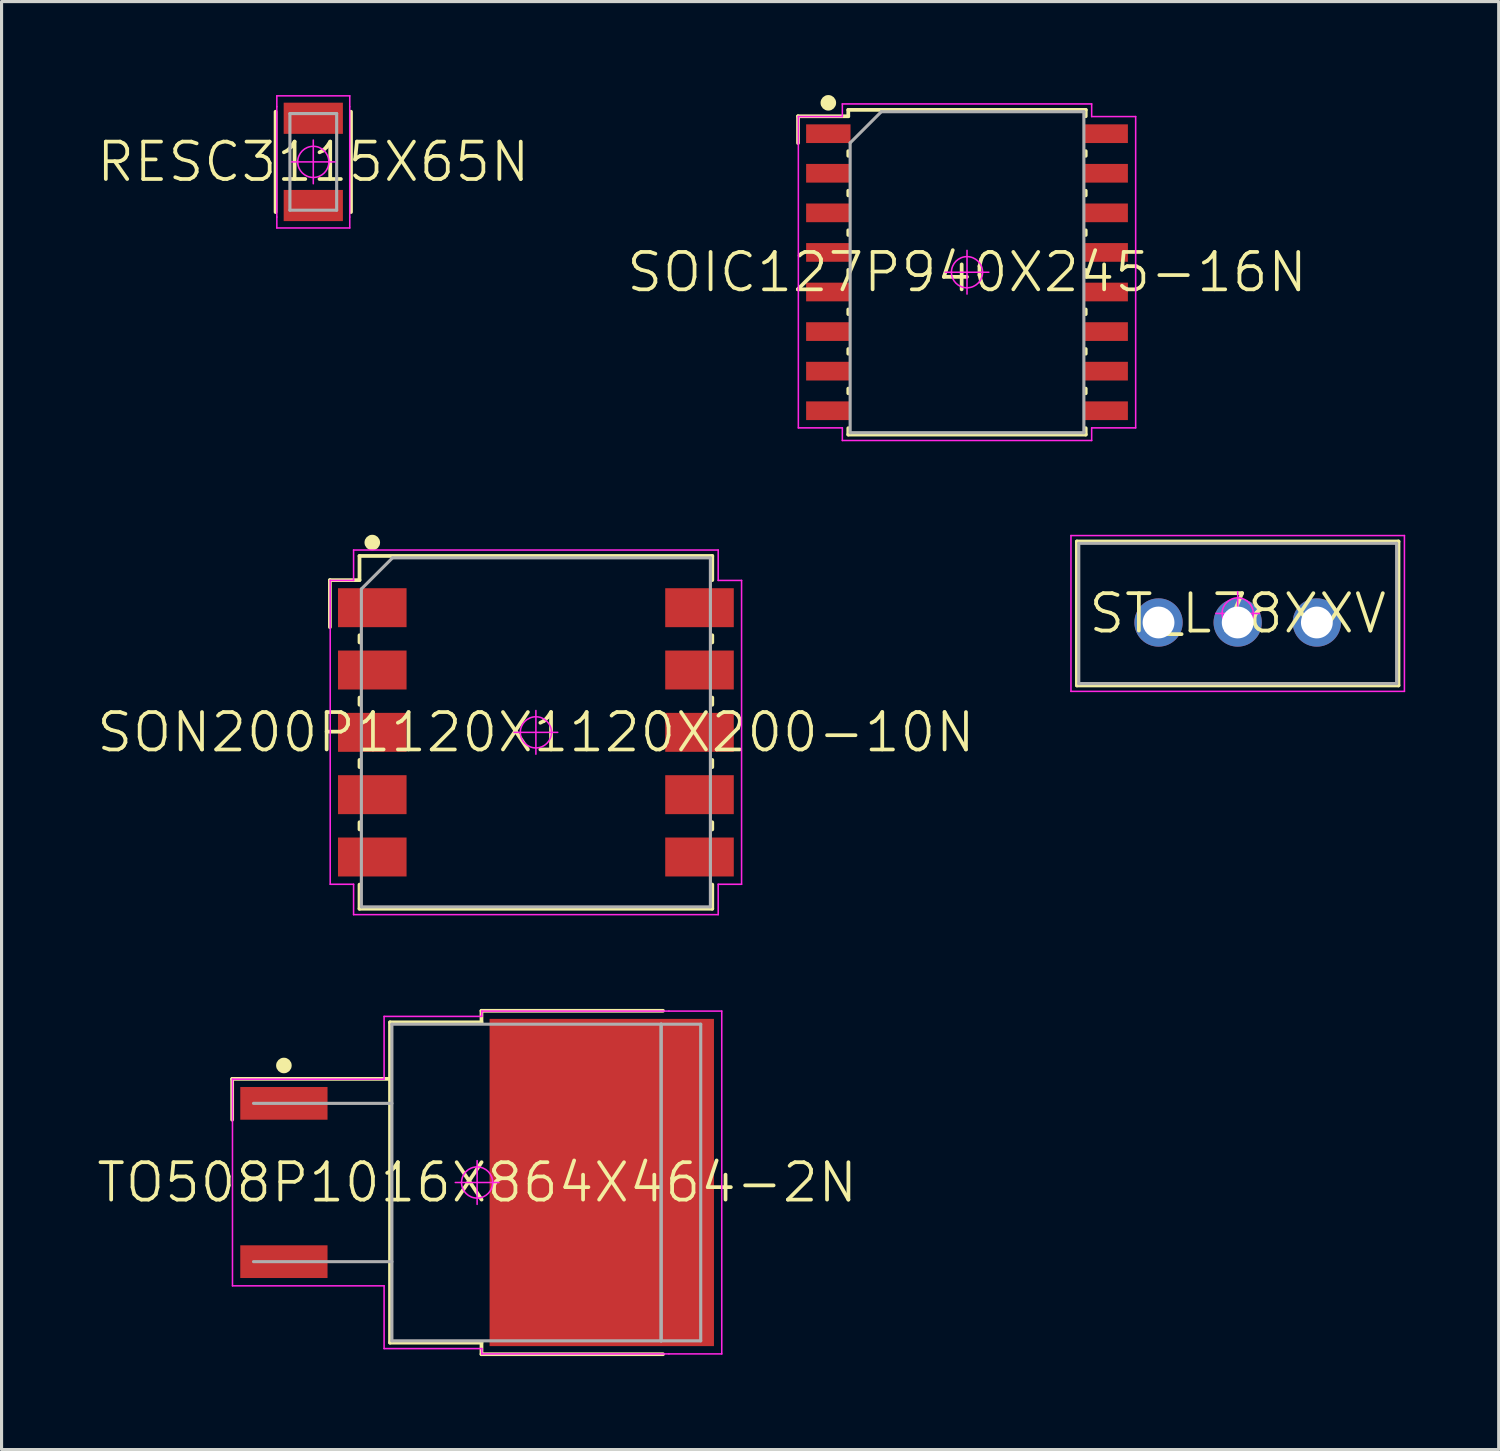
<source format=kicad_pcb>
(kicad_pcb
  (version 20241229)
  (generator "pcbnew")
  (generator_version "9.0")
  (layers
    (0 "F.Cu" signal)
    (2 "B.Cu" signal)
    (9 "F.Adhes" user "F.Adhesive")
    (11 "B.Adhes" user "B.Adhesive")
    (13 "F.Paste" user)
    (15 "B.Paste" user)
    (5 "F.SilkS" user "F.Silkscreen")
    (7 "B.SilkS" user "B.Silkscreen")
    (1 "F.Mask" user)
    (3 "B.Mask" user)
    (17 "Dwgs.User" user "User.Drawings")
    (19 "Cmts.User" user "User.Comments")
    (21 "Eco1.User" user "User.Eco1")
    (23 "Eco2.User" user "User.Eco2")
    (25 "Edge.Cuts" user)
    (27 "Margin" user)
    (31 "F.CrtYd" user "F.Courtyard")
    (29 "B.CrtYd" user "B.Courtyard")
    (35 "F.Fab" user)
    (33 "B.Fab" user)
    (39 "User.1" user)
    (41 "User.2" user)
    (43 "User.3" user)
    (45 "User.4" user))
  (footprint "SOIC127P940X245-16N"
    (layer "F.Cu")
    (at 27.98 5.685)
    (property "Reference" "SOIC127P940X245-16N" (at 0 0 0) (layer "F.SilkS") (effects (font (size 1.2 1.2) (thickness 0.12))))
    (attr smd)
    (fp_line (start -5.422 -5.005) (end -5.422 -4.145) (stroke (width 0.12) (type solid)) (layer "F.SilkS"))
    (fp_line (start -3.81 -5.21) (end -3.81 -5.005) (stroke (width 0.12) (type solid)) (layer "F.SilkS"))
    (fp_line (start -3.81 -5.21) (end 3.81 -5.21) (stroke (width 0.12) (type solid)) (layer "F.SilkS"))
    (fp_line (start -3.81 -5.005) (end -5.422 -5.005) (stroke (width 0.12) (type solid)) (layer "F.SilkS"))
    (fp_line (start -3.81 -3.885) (end -3.81 -3.735) (stroke (width 0.12) (type solid)) (layer "F.SilkS"))
    (fp_line (start -3.81 -2.615) (end -3.81 -2.465) (stroke (width 0.12) (type solid)) (layer "F.SilkS"))
    (fp_line (start -3.81 -1.345) (end -3.81 -1.195) (stroke (width 0.12) (type solid)) (layer "F.SilkS"))
    (fp_line (start -3.81 -0.075) (end -3.81 0.075) (stroke (width 0.12) (type solid)) (layer "F.SilkS"))
    (fp_line (start -3.81 1.195) (end -3.81 1.345) (stroke (width 0.12) (type solid)) (layer "F.SilkS"))
    (fp_line (start -3.81 2.465) (end -3.81 2.615) (stroke (width 0.12) (type solid)) (layer "F.SilkS"))
    (fp_line (start -3.81 3.735) (end -3.81 3.885) (stroke (width 0.12) (type solid)) (layer "F.SilkS"))
    (fp_line (start -3.81 5.005) (end -3.81 5.21) (stroke (width 0.12) (type solid)) (layer "F.SilkS"))
    (fp_line (start 3.81 -5.21) (end 3.81 -5.005) (stroke (width 0.12) (type solid)) (layer "F.SilkS"))
    (fp_line (start 3.81 -3.885) (end 3.81 -3.735) (stroke (width 0.12) (type solid)) (layer "F.SilkS"))
    (fp_line (start 3.81 -2.615) (end 3.81 -2.465) (stroke (width 0.12) (type solid)) (layer "F.SilkS"))
    (fp_line (start 3.81 -1.345) (end 3.81 -1.195) (stroke (width 0.12) (type solid)) (layer "F.SilkS"))
    (fp_line (start 3.81 -0.075) (end 3.81 0.075) (stroke (width 0.12) (type solid)) (layer "F.SilkS"))
    (fp_line (start 3.81 1.195) (end 3.81 1.345) (stroke (width 0.12) (type solid)) (layer "F.SilkS"))
    (fp_line (start 3.81 2.465) (end 3.81 2.615) (stroke (width 0.12) (type solid)) (layer "F.SilkS"))
    (fp_line (start 3.81 3.735) (end 3.81 3.885) (stroke (width 0.12) (type solid)) (layer "F.SilkS"))
    (fp_line (start 3.81 5.005) (end 3.81 5.21) (stroke (width 0.12) (type solid)) (layer "F.SilkS"))
    (fp_line (start 3.81 5.21) (end -3.81 5.21) (stroke (width 0.12) (type solid)) (layer "F.SilkS"))
    (fp_circle (center -4.45 -5.435) (end -4.45 -5.31) (stroke (width 0.25) (type solid)) (fill no) (layer "F.SilkS"))
    (fp_line (start -5.412 -4.995) (end -4 -4.995) (stroke (width 0.05) (type solid)) (layer "F.CrtYd"))
    (fp_line (start -5.412 4.995) (end -5.412 -4.995) (stroke (width 0.05) (type solid)) (layer "F.CrtYd"))
    (fp_line (start -4 -5.4) (end 4 -5.4) (stroke (width 0.05) (type solid)) (layer "F.CrtYd"))
    (fp_line (start -4 -4.995) (end -4 -5.4) (stroke (width 0.05) (type solid)) (layer "F.CrtYd"))
    (fp_line (start -4 4.995) (end -5.412 4.995) (stroke (width 0.05) (type solid)) (layer "F.CrtYd"))
    (fp_line (start -4 5.4) (end -4 4.995) (stroke (width 0.05) (type solid)) (layer "F.CrtYd"))
    (fp_line (start -0.7 0) (end 0.7 0) (stroke (width 0.05) (type solid)) (layer "F.CrtYd"))
    (fp_line (start 0 -0.7) (end 0 0.7) (stroke (width 0.05) (type solid)) (layer "F.CrtYd"))
    (fp_line (start 4 -5.4) (end 4 -4.995) (stroke (width 0.05) (type solid)) (layer "F.CrtYd"))
    (fp_line (start 4 -4.995) (end 5.412 -4.995) (stroke (width 0.05) (type solid)) (layer "F.CrtYd"))
    (fp_line (start 4 4.995) (end 4 5.4) (stroke (width 0.05) (type solid)) (layer "F.CrtYd"))
    (fp_line (start 4 5.4) (end -4 5.4) (stroke (width 0.05) (type solid)) (layer "F.CrtYd"))
    (fp_line (start 5.412 -4.995) (end 5.412 4.995) (stroke (width 0.05) (type solid)) (layer "F.CrtYd"))
    (fp_line (start 5.412 4.995) (end 4 4.995) (stroke (width 0.05) (type solid)) (layer "F.CrtYd"))
    (fp_circle (center 0 0) (end 0 0.5) (stroke (width 0.05) (type solid)) (fill no) (layer "F.CrtYd"))
    (fp_line (start -3.75 -4.15) (end -2.75 -5.15) (stroke (width 0.1) (type solid)) (layer "F.Fab"))
    (fp_line (start -3.75 5.15) (end -3.75 -4.15) (stroke (width 0.1) (type solid)) (layer "F.Fab"))
    (fp_line (start -2.75 -5.15) (end 3.75 -5.15) (stroke (width 0.1) (type solid)) (layer "F.Fab"))
    (fp_line (start 3.75 -5.15) (end 3.75 5.15) (stroke (width 0.1) (type solid)) (layer "F.Fab"))
    (fp_line (start 3.75 5.15) (end -3.75 5.15) (stroke (width 0.1) (type solid)) (layer "F.Fab"))
    (pad "1" smd rect (at -4.45 -4.445) (size 1.425 0.6) (layers "F.Cu" "F.Mask" "F.Paste"))
    (pad "2" smd rect (at -4.45 -3.175) (size 1.425 0.6) (layers "F.Cu" "F.Mask" "F.Paste"))
    (pad "3" smd rect (at -4.45 -1.905) (size 1.425 0.6) (layers "F.Cu" "F.Mask" "F.Paste"))
    (pad "4" smd rect (at -4.45 -0.635) (size 1.425 0.6) (layers "F.Cu" "F.Mask" "F.Paste"))
    (pad "5" smd rect (at -4.45 0.635) (size 1.425 0.6) (layers "F.Cu" "F.Mask" "F.Paste"))
    (pad "6" smd rect (at -4.45 1.905) (size 1.425 0.6) (layers "F.Cu" "F.Mask" "F.Paste"))
    (pad "7" smd rect (at -4.45 3.175) (size 1.425 0.6) (layers "F.Cu" "F.Mask" "F.Paste"))
    (pad "8" smd rect (at -4.45 4.445) (size 1.425 0.6) (layers "F.Cu" "F.Mask" "F.Paste"))
    (pad "9" smd rect (at 4.45 4.445) (size 1.425 0.6) (layers "F.Cu" "F.Mask" "F.Paste"))
    (pad "10" smd rect (at 4.45 3.175) (size 1.425 0.6) (layers "F.Cu" "F.Mask" "F.Paste"))
    (pad "11" smd rect (at 4.45 1.905) (size 1.425 0.6) (layers "F.Cu" "F.Mask" "F.Paste"))
    (pad "12" smd rect (at 4.45 0.635) (size 1.425 0.6) (layers "F.Cu" "F.Mask" "F.Paste"))
    (pad "13" smd rect (at 4.45 -0.635) (size 1.425 0.6) (layers "F.Cu" "F.Mask" "F.Paste"))
    (pad "14" smd rect (at 4.45 -1.905) (size 1.425 0.6) (layers "F.Cu" "F.Mask" "F.Paste"))
    (pad "15" smd rect (at 4.45 -3.175) (size 1.425 0.6) (layers "F.Cu" "F.Mask" "F.Paste"))
    (pad "16" smd rect (at 4.45 -4.445) (size 1.425 0.6) (layers "F.Cu" "F.Mask" "F.Paste")))
  (footprint "SON200P1120X1120X200-10N"
    (layer "F.Cu")
    (at 14.146 20.45)
    (property "Reference" "SON200P1120X1120X200-10N" (at 0 0 0) (layer "F.SilkS") (effects (font (size 1.2 1.2) (thickness 0.12))))
    (attr smd)
    (fp_line (start -6.61 -4.885) (end -6.61 -3.375) (stroke (width 0.12) (type solid)) (layer "F.SilkS"))
    (fp_line (start -5.66 -5.66) (end -5.66 -4.885) (stroke (width 0.12) (type solid)) (layer "F.SilkS"))
    (fp_line (start -5.66 -5.66) (end 5.66 -5.66) (stroke (width 0.12) (type solid)) (layer "F.SilkS"))
    (fp_line (start -5.66 -4.885) (end -6.61 -4.885) (stroke (width 0.12) (type solid)) (layer "F.SilkS"))
    (fp_line (start -5.66 -3.115) (end -5.66 -2.885) (stroke (width 0.12) (type solid)) (layer "F.SilkS"))
    (fp_line (start -5.66 -1.115) (end -5.66 -0.885) (stroke (width 0.12) (type solid)) (layer "F.SilkS"))
    (fp_line (start -5.66 0.885) (end -5.66 1.115) (stroke (width 0.12) (type solid)) (layer "F.SilkS"))
    (fp_line (start -5.66 2.885) (end -5.66 3.115) (stroke (width 0.12) (type solid)) (layer "F.SilkS"))
    (fp_line (start -5.66 4.885) (end -5.66 5.66) (stroke (width 0.12) (type solid)) (layer "F.SilkS"))
    (fp_line (start 5.66 -5.66) (end 5.66 -4.885) (stroke (width 0.12) (type solid)) (layer "F.SilkS"))
    (fp_line (start 5.66 -3.115) (end 5.66 -2.885) (stroke (width 0.12) (type solid)) (layer "F.SilkS"))
    (fp_line (start 5.66 -1.115) (end 5.66 -0.885) (stroke (width 0.12) (type solid)) (layer "F.SilkS"))
    (fp_line (start 5.66 0.885) (end 5.66 1.115) (stroke (width 0.12) (type solid)) (layer "F.SilkS"))
    (fp_line (start 5.66 2.885) (end 5.66 3.115) (stroke (width 0.12) (type solid)) (layer "F.SilkS"))
    (fp_line (start 5.66 4.885) (end 5.66 5.66) (stroke (width 0.12) (type solid)) (layer "F.SilkS"))
    (fp_line (start 5.66 5.66) (end -5.66 5.66) (stroke (width 0.12) (type solid)) (layer "F.SilkS"))
    (fp_circle (center -5.25 -6.09) (end -5.25 -5.965) (stroke (width 0.25) (type solid)) (fill no) (layer "F.SilkS"))
    (fp_line (start -6.6 -4.875) (end -5.85 -4.875) (stroke (width 0.05) (type solid)) (layer "F.CrtYd"))
    (fp_line (start -6.6 4.875) (end -6.6 -4.875) (stroke (width 0.05) (type solid)) (layer "F.CrtYd"))
    (fp_line (start -5.85 -5.85) (end 5.85 -5.85) (stroke (width 0.05) (type solid)) (layer "F.CrtYd"))
    (fp_line (start -5.85 -4.875) (end -5.85 -5.85) (stroke (width 0.05) (type solid)) (layer "F.CrtYd"))
    (fp_line (start -5.85 4.875) (end -6.6 4.875) (stroke (width 0.05) (type solid)) (layer "F.CrtYd"))
    (fp_line (start -5.85 5.85) (end -5.85 4.875) (stroke (width 0.05) (type solid)) (layer "F.CrtYd"))
    (fp_line (start -0.7 0) (end 0.7 0) (stroke (width 0.05) (type solid)) (layer "F.CrtYd"))
    (fp_line (start 0 -0.7) (end 0 0.7) (stroke (width 0.05) (type solid)) (layer "F.CrtYd"))
    (fp_line (start 5.85 -5.85) (end 5.85 -4.875) (stroke (width 0.05) (type solid)) (layer "F.CrtYd"))
    (fp_line (start 5.85 -4.875) (end 6.6 -4.875) (stroke (width 0.05) (type solid)) (layer "F.CrtYd"))
    (fp_line (start 5.85 4.875) (end 5.85 5.85) (stroke (width 0.05) (type solid)) (layer "F.CrtYd"))
    (fp_line (start 5.85 5.85) (end -5.85 5.85) (stroke (width 0.05) (type solid)) (layer "F.CrtYd"))
    (fp_line (start 6.6 -4.875) (end 6.6 4.875) (stroke (width 0.05) (type solid)) (layer "F.CrtYd"))
    (fp_line (start 6.6 4.875) (end 5.85 4.875) (stroke (width 0.05) (type solid)) (layer "F.CrtYd"))
    (fp_circle (center 0 0) (end 0 0.5) (stroke (width 0.05) (type solid)) (fill no) (layer "F.CrtYd"))
    (fp_line (start -5.6 -4.6) (end -4.6 -5.6) (stroke (width 0.1) (type solid)) (layer "F.Fab"))
    (fp_line (start -5.6 5.6) (end -5.6 -4.6) (stroke (width 0.1) (type solid)) (layer "F.Fab"))
    (fp_line (start -4.6 -5.6) (end 5.6 -5.6) (stroke (width 0.1) (type solid)) (layer "F.Fab"))
    (fp_line (start 5.6 -5.6) (end 5.6 5.6) (stroke (width 0.1) (type solid)) (layer "F.Fab"))
    (fp_line (start 5.6 5.6) (end -5.6 5.6) (stroke (width 0.1) (type solid)) (layer "F.Fab"))
    (pad "1" smd rect (at -5.25 -4) (size 2.2 1.25) (layers "F.Cu" "F.Mask" "F.Paste"))
    (pad "2" smd rect (at -5.25 -2) (size 2.2 1.25) (layers "F.Cu" "F.Mask" "F.Paste"))
    (pad "3" smd rect (at -5.25 0) (size 2.2 1.25) (layers "F.Cu" "F.Mask" "F.Paste"))
    (pad "4" smd rect (at -5.25 2) (size 2.2 1.25) (layers "F.Cu" "F.Mask" "F.Paste"))
    (pad "5" smd rect (at -5.25 4) (size 2.2 1.25) (layers "F.Cu" "F.Mask" "F.Paste"))
    (pad "6" smd rect (at 5.25 4) (size 2.2 1.25) (layers "F.Cu" "F.Mask" "F.Paste"))
    (pad "7" smd rect (at 5.25 2) (size 2.2 1.25) (layers "F.Cu" "F.Mask" "F.Paste"))
    (pad "8" smd rect (at 5.25 0) (size 2.2 1.25) (layers "F.Cu" "F.Mask" "F.Paste"))
    (pad "9" smd rect (at 5.25 -2) (size 2.2 1.25) (layers "F.Cu" "F.Mask" "F.Paste"))
    (pad "10" smd rect (at 5.25 -4) (size 2.2 1.25) (layers "F.Cu" "F.Mask" "F.Paste")))
  (footprint "RESC3115X65N"
    (layer "F.Cu")
    (at 7.003 2.145)
    (property "Reference" "RESC3115X65N" (at 0 0 0) (layer "F.SilkS") (effects (font (size 1.2 1.2) (thickness 0.12))))
    (attr smd)
    (fp_line (start -1.21 -1.61) (end -1.21 1.61) (stroke (width 0.12) (type solid)) (layer "F.SilkS"))
    (fp_line (start 1.21 -1.61) (end 1.21 1.61) (stroke (width 0.12) (type solid)) (layer "F.SilkS"))
    (fp_line (start -1.17 -2.12) (end -1.17 -1.77) (stroke (width 0.05) (type solid)) (layer "F.CrtYd"))
    (fp_line (start -1.17 -1.77) (end -1.17 1.77) (stroke (width 0.05) (type solid)) (layer "F.CrtYd"))
    (fp_line (start -1.17 1.77) (end -1.17 2.12) (stroke (width 0.05) (type solid)) (layer "F.CrtYd"))
    (fp_line (start -1.17 2.12) (end 1.17 2.12) (stroke (width 0.05) (type solid)) (layer "F.CrtYd"))
    (fp_line (start -0.7 0) (end 0.7 0) (stroke (width 0.05) (type solid)) (layer "F.CrtYd"))
    (fp_line (start 0 -0.7) (end 0 0.7) (stroke (width 0.05) (type solid)) (layer "F.CrtYd"))
    (fp_line (start 1.17 -2.12) (end -1.17 -2.12) (stroke (width 0.05) (type solid)) (layer "F.CrtYd"))
    (fp_line (start 1.17 -1.77) (end 1.17 -2.12) (stroke (width 0.05) (type solid)) (layer "F.CrtYd"))
    (fp_line (start 1.17 1.77) (end 1.17 -1.77) (stroke (width 0.05) (type solid)) (layer "F.CrtYd"))
    (fp_line (start 1.17 2.12) (end 1.17 1.77) (stroke (width 0.05) (type solid)) (layer "F.CrtYd"))
    (fp_circle (center 0 0) (end 0 0.5) (stroke (width 0.05) (type solid)) (fill no) (layer "F.CrtYd"))
    (fp_line (start -0.75 -1.55) (end 0.75 -1.55) (stroke (width 0.1) (type solid)) (layer "F.Fab"))
    (fp_line (start -0.75 1.55) (end -0.75 -1.55) (stroke (width 0.1) (type solid)) (layer "F.Fab"))
    (fp_line (start 0.75 -1.55) (end 0.75 1.55) (stroke (width 0.1) (type solid)) (layer "F.Fab"))
    (fp_line (start 0.75 1.55) (end -0.75 1.55) (stroke (width 0.1) (type solid)) (layer "F.Fab"))
    (pad "1" smd rect (at 0 -1.4) (size 1.9 1) (layers "F.Cu" "F.Mask" "F.Paste"))
    (pad "2" smd rect (at 0 1.4) (size 1.9 1) (layers "F.Cu" "F.Mask" "F.Paste")))
  (footprint "TO508P1016X864X464-2N"
    (layer "F.Cu")
    (at 12.26 34.895)
    (property "Reference" "TO508P1016X864X464-2N" (at 0 0 0) (layer "F.SilkS") (effects (font (size 1.2 1.2) (thickness 0.12))))
    (attr smd)
    (fp_line (start -7.86 -3.325) (end -7.86 -2.015) (stroke (width 0.12) (type solid)) (layer "F.SilkS"))
    (fp_line (start -2.795 -5.14) (end 0.14 -5.14) (stroke (width 0.12) (type solid)) (layer "F.SilkS"))
    (fp_line (start -2.795 -3.325) (end -7.86 -3.325) (stroke (width 0.12) (type solid)) (layer "F.SilkS"))
    (fp_line (start -2.795 5.14) (end -2.795 -5.14) (stroke (width 0.12) (type solid)) (layer "F.SilkS"))
    (fp_line (start -2.795 5.14) (end 0.14 5.14) (stroke (width 0.12) (type solid)) (layer "F.SilkS"))
    (fp_line (start 0.14 -5.51) (end 0.14 -5.14) (stroke (width 0.12) (type solid)) (layer "F.SilkS"))
    (fp_line (start 0.14 5.51) (end 0.14 5.14) (stroke (width 0.12) (type solid)) (layer "F.SilkS"))
    (fp_line (start 5.965 -5.51) (end 0.14 -5.51) (stroke (width 0.12) (type solid)) (layer "F.SilkS"))
    (fp_line (start 5.965 5.51) (end 0.14 5.51) (stroke (width 0.12) (type solid)) (layer "F.SilkS"))
    (fp_circle (center -6.2 -3.755) (end -6.2 -3.63) (stroke (width 0.25) (type solid)) (fill no) (layer "F.SilkS"))
    (fp_line (start -7.85 -3.315) (end -2.985 -3.315) (stroke (width 0.05) (type solid)) (layer "F.CrtYd"))
    (fp_line (start -7.85 3.315) (end -7.85 -3.315) (stroke (width 0.05) (type solid)) (layer "F.CrtYd"))
    (fp_line (start -2.985 -5.33) (end 0.15 -5.33) (stroke (width 0.05) (type solid)) (layer "F.CrtYd"))
    (fp_line (start -2.985 -3.315) (end -2.985 -5.33) (stroke (width 0.05) (type solid)) (layer "F.CrtYd"))
    (fp_line (start -2.985 3.315) (end -7.85 3.315) (stroke (width 0.05) (type solid)) (layer "F.CrtYd"))
    (fp_line (start -2.985 5.33) (end -2.985 3.315) (stroke (width 0.05) (type solid)) (layer "F.CrtYd"))
    (fp_line (start -0.7 0) (end 0.7 0) (stroke (width 0.05) (type solid)) (layer "F.CrtYd"))
    (fp_line (start 0 -0.7) (end 0 0.7) (stroke (width 0.05) (type solid)) (layer "F.CrtYd"))
    (fp_line (start 0.15 -5.5) (end 6.155 -5.5) (stroke (width 0.05) (type solid)) (layer "F.CrtYd"))
    (fp_line (start 0.15 -5.33) (end 0.15 -5.5) (stroke (width 0.05) (type solid)) (layer "F.CrtYd"))
    (fp_line (start 0.15 5.33) (end -2.985 5.33) (stroke (width 0.05) (type solid)) (layer "F.CrtYd"))
    (fp_line (start 0.15 5.5) (end 0.15 5.33) (stroke (width 0.05) (type solid)) (layer "F.CrtYd"))
    (fp_line (start 6.155 -5.5) (end 7.85 -5.5) (stroke (width 0.05) (type solid)) (layer "F.CrtYd"))
    (fp_line (start 6.155 5.5) (end 0.15 5.5) (stroke (width 0.05) (type solid)) (layer "F.CrtYd"))
    (fp_line (start 7.85 -5.5) (end 7.85 5.5) (stroke (width 0.05) (type solid)) (layer "F.CrtYd"))
    (fp_line (start 7.85 5.5) (end 6.155 5.5) (stroke (width 0.05) (type solid)) (layer "F.CrtYd"))
    (fp_circle (center 0 0) (end 0 0.5) (stroke (width 0.05) (type solid)) (fill no) (layer "F.CrtYd"))
    (fp_line (start -7.175 -2.54) (end -2.735 -2.54) (stroke (width 0.1) (type solid)) (layer "F.Fab"))
    (fp_line (start -7.175 2.54) (end -2.735 2.54) (stroke (width 0.1) (type solid)) (layer "F.Fab"))
    (fp_line (start -2.735 -5.08) (end -2.735 5.08) (stroke (width 0.1) (type solid)) (layer "F.Fab"))
    (fp_line (start -2.735 5.08) (end 5.905 5.08) (stroke (width 0.1) (type solid)) (layer "F.Fab"))
    (fp_line (start 5.905 -5.08) (end -2.735 -5.08) (stroke (width 0.1) (type solid)) (layer "F.Fab"))
    (fp_line (start 5.905 -5.08) (end 7.175 -5.08) (stroke (width 0.1) (type solid)) (layer "F.Fab"))
    (fp_line (start 5.905 5.08) (end 5.905 -5.08) (stroke (width 0.1) (type solid)) (layer "F.Fab"))
    (fp_line (start 5.905 5.08) (end 5.905 -5.08) (stroke (width 0.1) (type solid)) (layer "F.Fab"))
    (fp_line (start 7.175 -5.08) (end 7.175 5.08) (stroke (width 0.1) (type solid)) (layer "F.Fab"))
    (fp_line (start 7.175 5.08) (end 5.905 5.08) (stroke (width 0.1) (type solid)) (layer "F.Fab"))
    (pad "1" smd rect (at -6.2 -2.54) (size 2.8 1.05) (layers "F.Cu" "F.Mask" "F.Paste"))
    (pad "2" smd rect (at -6.2 2.54) (size 2.8 1.05) (layers "F.Cu" "F.Mask" "F.Paste"))
    (pad "3" smd rect (at 4 0) (size 7.2 10.5) (layers "F.Cu" "F.Mask" "F.Paste")))
  (footprint "ST_L78XXV"
    (layer "F.Cu")
    (at 36.666 16.635)
    (property "Reference" "ST_L78XXV" (at 0 0 0) (layer "F.SilkS") (effects (font (size 1.2 1.2) (thickness 0.12))))
    (attr through_hole)
    (fp_line (start -5.16 -2.31) (end 5.16 -2.31) (stroke (width 0.12) (type solid)) (layer "F.SilkS"))
    (fp_line (start -5.16 2.31) (end -5.16 -2.31) (stroke (width 0.12) (type solid)) (layer "F.SilkS"))
    (fp_line (start 5.16 -2.31) (end 5.16 2.31) (stroke (width 0.12) (type solid)) (layer "F.SilkS"))
    (fp_line (start 5.16 2.31) (end -5.16 2.31) (stroke (width 0.12) (type solid)) (layer "F.SilkS"))
    (fp_line (start -5.35 -2.5) (end 5.35 -2.5) (stroke (width 0.05) (type solid)) (layer "F.CrtYd"))
    (fp_line (start -5.35 2.5) (end -5.35 -2.5) (stroke (width 0.05) (type solid)) (layer "F.CrtYd"))
    (fp_line (start -0.7 0) (end 0.7 0) (stroke (width 0.05) (type solid)) (layer "F.CrtYd"))
    (fp_line (start 0 -0.7) (end 0 0.7) (stroke (width 0.05) (type solid)) (layer "F.CrtYd"))
    (fp_line (start 5.35 -2.5) (end 5.35 2.5) (stroke (width 0.05) (type solid)) (layer "F.CrtYd"))
    (fp_line (start 5.35 2.5) (end -5.35 2.5) (stroke (width 0.05) (type solid)) (layer "F.CrtYd"))
    (fp_circle (center 0 0) (end 0 0.5) (stroke (width 0.05) (type solid)) (fill no) (layer "F.CrtYd"))
    (fp_line (start -5.1 -2.25) (end 5.1 -2.25) (stroke (width 0.1) (type solid)) (layer "F.Fab"))
    (fp_line (start -5.1 2.25) (end -5.1 -2.25) (stroke (width 0.1) (type solid)) (layer "F.Fab"))
    (fp_line (start 5.1 -2.25) (end 5.1 2.25) (stroke (width 0.1) (type solid)) (layer "F.Fab"))
    (fp_line (start 5.1 2.25) (end -5.1 2.25) (stroke (width 0.1) (type solid)) (layer "F.Fab"))
    (pad "1" thru_hole circle (at -2.54 0.29) (size 1.55 1.55) (drill 1.02) (layers "*.Cu" "*.Paste" "*.Mask"))
    (pad "2" thru_hole circle (at 0 0.29) (size 1.55 1.55) (drill 1.02) (layers "*.Cu" "*.Paste" "*.Mask"))
    (pad "3" thru_hole circle (at 2.54 0.29) (size 1.55 1.55) (drill 1.02) (layers "*.Cu" "*.Paste" "*.Mask")))
  (gr_rect
    (start -3 -3)
    (end 45.041 43.465)
    (stroke (width 0.1) (type default))
    (fill no)
    (layer "Edge.Cuts")))
</source>
